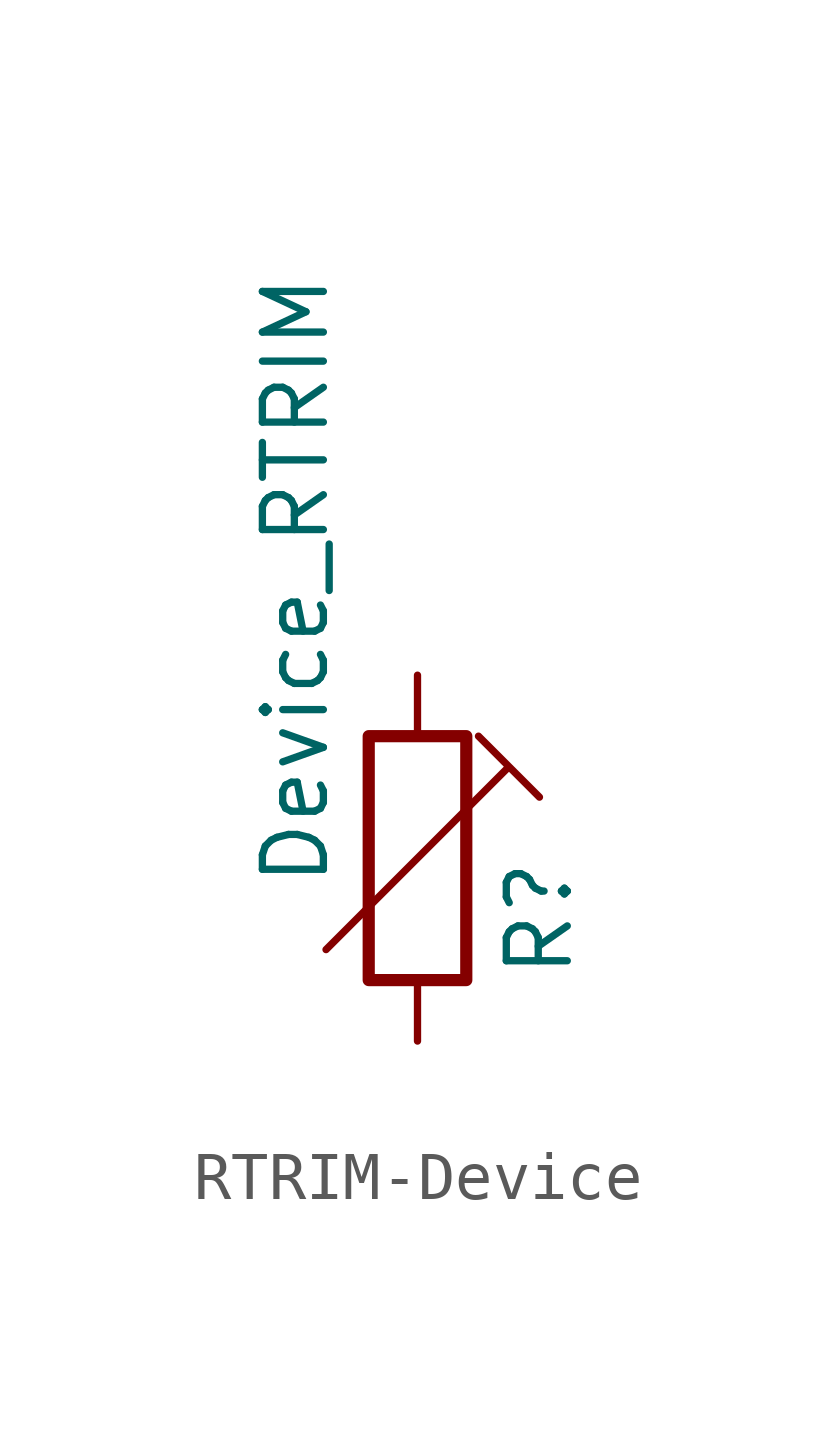
<source format=kicad_sym>
(kicad_symbol_lib
  (version 20220914)
  (generator kicad_symbol_editor)
  (symbol "RTRIM-Device"
    (pin_numbers hide)
    (pin_names
      (offset 0))
    (property "Reference" "R"
      (at 2.54 -2.54 90)
      (effects (font (size 1.27 1.27)) (justify left)))
    (property "Value" "Device_RTRIM"
      (at -2.54 -0.635 90)
      (effects (font (size 1.27 1.27)) (justify left)))
    (symbol "RTRIM-Device_0_1"
      (rectangle (start -1.016 -2.54) (end 1.016 2.54) (stroke (width 0.254) (type solid)) (fill (type none)))
      (polyline (pts (xy -1.905 -1.905) (xy 1.905 1.905) (xy 2.54 1.27) (xy 1.27 2.54)) (stroke (width 0) (type solid)) (fill (type none))))
    (symbol "RTRIM-Device_1_1"
      (pin passive line (at 0 3.81 270) (length 1.27) (name "~" (effects (font (size 1.27 1.27)))) (number "1" (effects (font (size 1.27 1.27)))))
      (pin passive line (at 0 -3.81 90) (length 1.27) (name "~" (effects (font (size 1.27 1.27)))) (number "2" (effects (font (size 1.27 1.27))))))))
</source>
